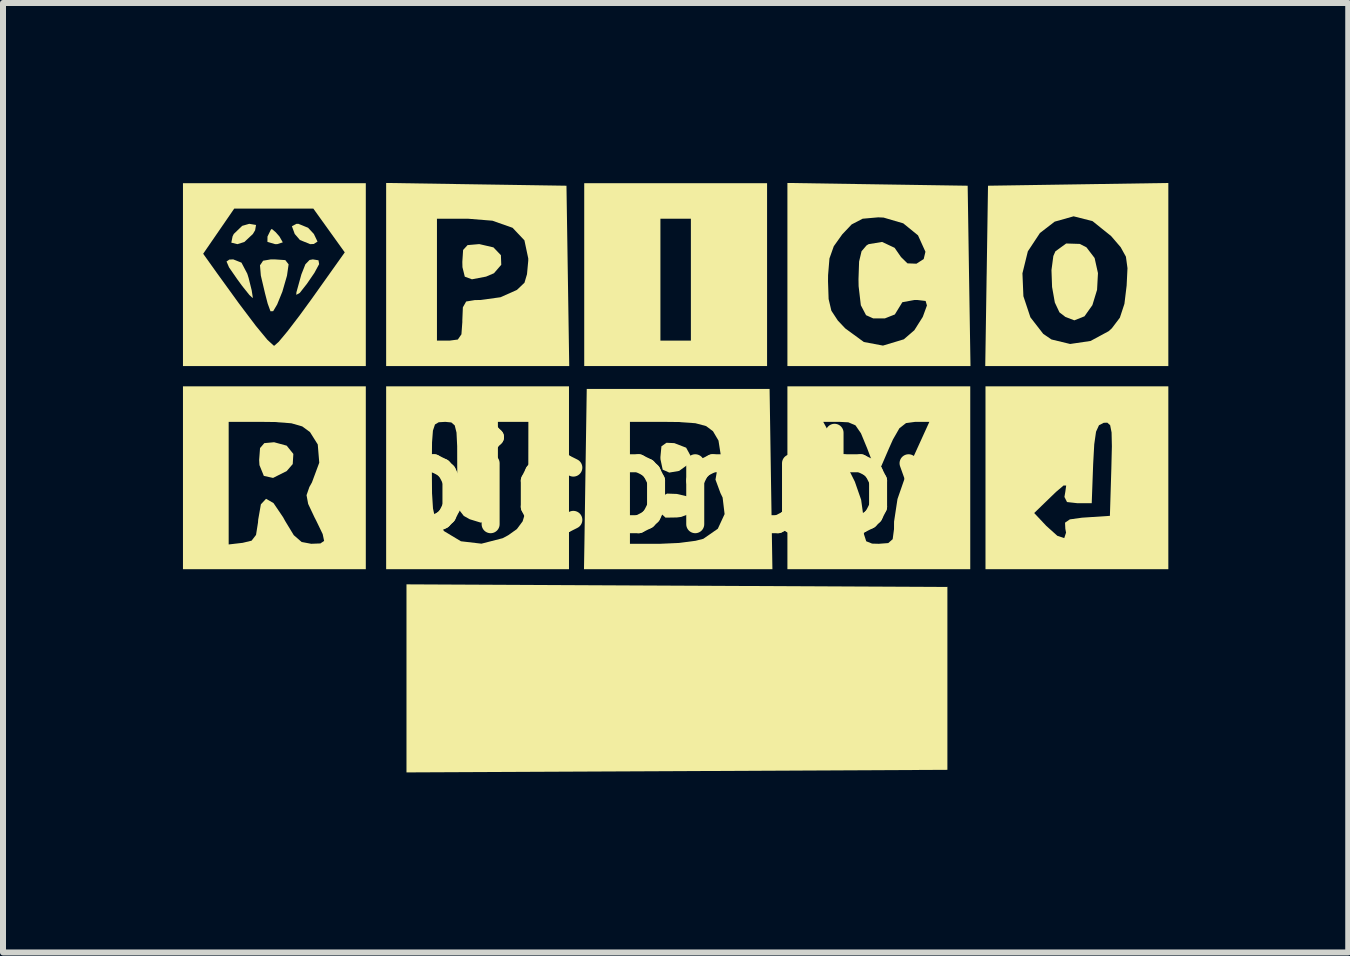
<source format=kicad_pcb>
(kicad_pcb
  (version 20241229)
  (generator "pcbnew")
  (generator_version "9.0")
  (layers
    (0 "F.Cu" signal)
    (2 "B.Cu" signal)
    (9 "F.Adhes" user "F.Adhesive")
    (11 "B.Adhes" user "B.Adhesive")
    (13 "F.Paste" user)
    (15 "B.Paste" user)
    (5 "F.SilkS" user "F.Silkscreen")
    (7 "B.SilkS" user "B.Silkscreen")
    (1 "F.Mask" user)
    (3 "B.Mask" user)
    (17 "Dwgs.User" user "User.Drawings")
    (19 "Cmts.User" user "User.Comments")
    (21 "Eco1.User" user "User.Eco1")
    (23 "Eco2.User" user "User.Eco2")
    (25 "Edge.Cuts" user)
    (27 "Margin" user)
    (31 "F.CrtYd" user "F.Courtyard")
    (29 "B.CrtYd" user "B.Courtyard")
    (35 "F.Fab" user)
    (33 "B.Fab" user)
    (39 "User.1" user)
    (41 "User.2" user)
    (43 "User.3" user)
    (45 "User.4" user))
  (footprint "picoruby"
    (layer "F.Cu")
    (at 8.213 4.999)
    (property "Reference" "picoruby" (at 0 0 0) (layer "F.SilkS") (effects (font (size 1.524 1.524) (thickness 0.3))))
    (attr board_only exclude_from_pos_files exclude_from_bom)
    (fp_poly (pts (xy 0.021 1.714) (xy 4.53 1.736) (xy 4.53 4.784) (xy 0.021 4.806) (xy -4.487 4.827) (xy -4.487 1.692)) (stroke (width 0) (type solid)) (fill yes) (layer "F.SilkS"))
    (fp_poly (pts (xy -6.667 -4.178) (xy -6.604 -4.106) (xy -6.549 -4.009) (xy -6.638 -3.98) (xy -6.676 -3.979) (xy -6.805 -4.017) (xy -6.804 -4.106) (xy -6.749 -4.218) (xy -6.732 -4.233)) (stroke (width 0) (type solid)) (fill yes) (layer "F.SilkS"))
    (fp_poly (pts (xy -6.995 -4.299) (xy -7.01 -4.211) (xy -7.047 -4.149) (xy -7.19 -4.015) (xy -7.305 -3.979) (xy -7.407 -4.004) (xy -7.386 -4.109) (xy -7.366 -4.149) (xy -7.226 -4.284) (xy -7.108 -4.318)) (stroke (width 0) (type solid)) (fill yes) (layer "F.SilkS"))
    (fp_poly (pts (xy -6.127 -4.252) (xy -6.031 -4.149) (xy -5.97 -4.022) (xy -6.032 -3.982) (xy -6.092 -3.979) (xy -6.263 -4.048) (xy -6.35 -4.149) (xy -6.397 -4.278) (xy -6.324 -4.317) (xy -6.289 -4.318)) (stroke (width 0) (type solid)) (fill yes) (layer "F.SilkS"))
    (fp_poly (pts (xy -6.484 -0.62) (xy -6.373 -0.482) (xy -6.383 -0.313) (xy -6.483 -0.197) (xy -6.711 -0.082) (xy -6.865 -0.116) (xy -6.938 -0.296) (xy -6.943 -0.381) (xy -6.928 -0.58) (xy -6.857 -0.662) (xy -6.694 -0.677)) (stroke (width 0) (type solid)) (fill yes) (layer "F.SilkS"))
    (fp_poly (pts (xy -5.954 -3.71) (xy -5.943 -3.646) (xy -6.022 -3.5) (xy -6.146 -3.319) (xy -6.266 -3.166) (xy -6.324 -3.134) (xy -6.322 -3.175) (xy -6.239 -3.475) (xy -6.172 -3.644) (xy -6.103 -3.715) (xy -6.048 -3.725)) (stroke (width 0) (type solid)) (fill yes) (layer "F.SilkS"))
    (fp_poly (pts (xy -0.022 -0.662) (xy 0.175 -0.586) (xy 0.248 -0.452) (xy 0.207 -0.307) (xy 0.058 -0.199) (xy -0.106 -0.171) (xy -0.216 -0.22) (xy -0.253 -0.393) (xy -0.254 -0.429) (xy -0.237 -0.609) (xy -0.153 -0.668)) (stroke (width 0) (type solid)) (fill yes) (layer "F.SilkS"))
    (fp_poly (pts (xy 1.524 -1.947) (xy -1.524 -1.947) (xy -1.524 -2.371) (xy -0.254 -2.371) (xy 0.254 -2.371) (xy 0.254 -4.403) (xy -0.254 -4.403) (xy -0.254 -2.371) (xy -1.524 -2.371) (xy -1.524 -4.995) (xy 1.524 -4.995)) (stroke (width 0) (type solid)) (fill yes) (layer "F.SilkS"))
    (fp_poly (pts (xy 0.021 0.185) (xy 0.22 0.232) (xy 0.293 0.337) (xy 0.296 0.381) (xy 0.252 0.508) (xy 0.092 0.568) (xy 0.021 0.577) (xy -0.168 0.58) (xy -0.242 0.513) (xy -0.254 0.381) (xy -0.235 0.23) (xy -0.143 0.179)) (stroke (width 0) (type solid)) (fill yes) (layer "F.SilkS"))
    (fp_poly (pts (xy -7.238 -3.671) (xy -7.141 -3.487) (xy -7.118 -3.413) (xy -7.067 -3.208) (xy -7.049 -3.09) (xy -7.051 -3.081) (xy -7.106 -3.132) (xy -7.226 -3.282) (xy -7.308 -3.394) (xy -7.445 -3.592) (xy -7.487 -3.69) (xy -7.44 -3.722) (xy -7.375 -3.725)) (stroke (width 0) (type solid)) (fill yes) (layer "F.SilkS"))
    (fp_poly (pts (xy -3.037 -3.925) (xy -2.913 -3.795) (xy -2.907 -3.635) (xy -3.029 -3.494) (xy -3.16 -3.438) (xy -3.396 -3.393) (xy -3.515 -3.437) (xy -3.554 -3.595) (xy -3.556 -3.683) (xy -3.543 -3.882) (xy -3.469 -3.963) (xy -3.285 -3.979) (xy -3.269 -3.979)) (stroke (width 0) (type solid)) (fill yes) (layer "F.SilkS"))
    (fp_poly (pts (xy -6.507 -3.713) (xy -6.452 -3.642) (xy -6.478 -3.46) (xy -6.48 -3.45) (xy -6.556 -3.187) (xy -6.643 -2.973) (xy -6.709 -2.862) (xy -6.754 -2.86) (xy -6.801 -2.989) (xy -6.845 -3.159) (xy -6.915 -3.456) (xy -6.929 -3.626) (xy -6.877 -3.703) (xy -6.749 -3.725) (xy -6.682 -3.725)) (stroke (width 0) (type solid)) (fill yes) (layer "F.SilkS"))
    (fp_poly (pts (xy 6.737 -3.983) (xy 6.848 -3.926) (xy 6.984 -3.748) (xy 7.04 -3.496) (xy 7.025 -3.218) (xy 6.947 -2.962) (xy 6.815 -2.776) (xy 6.646 -2.709) (xy 6.498 -2.765) (xy 6.398 -2.842) (xy 6.321 -3.006) (xy 6.275 -3.265) (xy 6.265 -3.547) (xy 6.296 -3.781) (xy 6.33 -3.859) (xy 6.51 -3.99)) (stroke (width 0) (type solid)) (fill yes) (layer "F.SilkS"))
    (fp_poly (pts (xy -5.165 -1.947) (xy -8.213 -1.947) (xy -8.213 -3.819) (xy -7.876 -3.819) (xy -7.642 -3.491) (xy -7.275 -2.984) (xy -6.997 -2.616) (xy -6.807 -2.386) (xy -6.702 -2.289) (xy -6.69 -2.286) (xy -6.617 -2.351) (xy -6.47 -2.527) (xy -6.271 -2.787) (xy -6.069 -3.064) (xy -5.516 -3.842) (xy -5.778 -4.207) (xy -6.04 -4.572) (xy -7.358 -4.572) (xy -7.876 -3.819) (xy -8.213 -3.819) (xy -8.213 -4.995) (xy -5.165 -4.995)) (stroke (width 0) (type solid)) (fill yes) (layer "F.SilkS"))
    (fp_poly (pts (xy 1.589 -0.064) (xy 1.613 1.439) (xy -1.528 1.439) (xy -1.521 1.016) (xy -0.762 1.016) (xy -0.26 1.016) (xy 0.055 1.002) (xy 0.332 0.966) (xy 0.461 0.933) (xy 0.703 0.765) (xy 0.816 0.521) (xy 0.783 0.245) (xy 0.747 0.171) (xy 0.664 -0.054) (xy 0.686 -0.18) (xy 0.757 -0.431) (xy 0.714 -0.705) (xy 0.622 -0.861) (xy 0.508 -0.946) (xy 0.329 -0.994) (xy 0.045 -1.014) (xy -0.14 -1.016) (xy -0.762 -1.016) (xy -0.762 1.016) (xy -1.521 1.016) (xy -1.505 -0.064) (xy -1.482 -1.566) (xy 1.566 -1.566)) (stroke (width 0) (type solid)) (fill yes) (layer "F.SilkS"))
    (fp_poly (pts (xy -3.323 -4.976) (xy -1.82 -4.953) (xy -1.797 -3.45) (xy -1.774 -1.947) (xy -4.826 -1.947) (xy -4.826 -2.371) (xy -3.979 -2.371) (xy -3.768 -2.371) (xy -3.631 -2.389) (xy -3.571 -2.476) (xy -3.556 -2.68) (xy -3.556 -2.709) (xy -3.547 -2.926) (xy -3.492 -3.023) (xy -3.346 -3.047) (xy -3.254 -3.048) (xy -2.92 -3.094) (xy -2.646 -3.216) (xy -2.52 -3.336) (xy -2.478 -3.478) (xy -2.457 -3.704) (xy -2.457 -3.741) (xy -2.521 -4.043) (xy -2.719 -4.252) (xy -3.055 -4.37) (xy -3.463 -4.403) (xy -3.979 -4.403) (xy -3.979 -2.371) (xy -4.826 -2.371) (xy -4.826 -4.999)) (stroke (width 0) (type solid)) (fill yes) (layer "F.SilkS"))
    (fp_poly (pts (xy 8.213 -1.947) (xy 5.161 -1.947) (xy 5.184 -3.45) (xy 5.185 -3.493) (xy 5.781 -3.493) (xy 5.797 -3.111) (xy 5.914 -2.759) (xy 6.128 -2.483) (xy 6.265 -2.39) (xy 6.576 -2.315) (xy 6.916 -2.365) (xy 7.218 -2.528) (xy 7.271 -2.576) (xy 7.405 -2.753) (xy 7.481 -2.984) (xy 7.518 -3.289) (xy 7.532 -3.579) (xy 7.506 -3.77) (xy 7.418 -3.929) (xy 7.259 -4.114) (xy 6.949 -4.363) (xy 6.634 -4.443) (xy 6.318 -4.354) (xy 6.073 -4.165) (xy 5.871 -3.859) (xy 5.781 -3.493) (xy 5.185 -3.493) (xy 5.207 -4.953) (xy 6.71 -4.976) (xy 8.213 -4.999)) (stroke (width 0) (type solid)) (fill yes) (layer "F.SilkS"))
    (fp_poly (pts (xy 4.911 1.439) (xy 1.863 1.439) (xy 1.863 -1.016) (xy 2.461 -1.016) (xy 2.796 -0.402) (xy 2.987 -0.02) (xy 3.092 0.282) (xy 3.13 0.559) (xy 3.131 0.614) (xy 3.139 0.856) (xy 3.177 0.974) (xy 3.275 1.013) (xy 3.387 1.016) (xy 3.544 1.004) (xy 3.618 0.939) (xy 3.64 0.772) (xy 3.641 0.646) (xy 3.698 0.27) (xy 3.865 -0.212) (xy 3.935 -0.37) (xy 4.229 -1.016) (xy 3.988 -1.016) (xy 3.84 -0.996) (xy 3.73 -0.91) (xy 3.622 -0.722) (xy 3.555 -0.572) (xy 3.363 -0.127) (xy 3.194 -0.572) (xy 3.089 -0.826) (xy 2.997 -0.959) (xy 2.879 -1.009) (xy 2.743 -1.016) (xy 2.461 -1.016) (xy 1.863 -1.016) (xy 1.863 -1.609) (xy 4.911 -1.609)) (stroke (width 0) (type solid)) (fill yes) (layer "F.SilkS"))
    (fp_poly (pts (xy 8.213 1.439) (xy 5.165 1.439) (xy 5.165 0.503) (xy 5.977 0.503) (xy 6.178 0.717) (xy 6.363 0.883) (xy 6.478 0.921) (xy 6.508 0.83) (xy 6.496 0.766) (xy 6.491 0.664) (xy 6.571 0.609) (xy 6.773 0.581) (xy 6.846 0.576) (xy 7.239 0.55) (xy 7.263 -0.24) (xy 7.272 -0.609) (xy 7.267 -0.839) (xy 7.243 -0.961) (xy 7.196 -1.003) (xy 7.136 -1.001) (xy 7.057 -0.96) (xy 7.008 -0.853) (xy 6.978 -0.643) (xy 6.96 -0.317) (xy 6.936 0.339) (xy 6.693 0.339) (xy 6.524 0.32) (xy 6.481 0.235) (xy 6.496 0.148) (xy 6.51 0.045) (xy 6.467 0.044) (xy 6.341 0.151) (xy 6.259 0.23) (xy 5.977 0.503) (xy 5.165 0.503) (xy 5.165 -1.609) (xy 8.213 -1.609)) (stroke (width 0) (type solid)) (fill yes) (layer "F.SilkS"))
    (fp_poly (pts (xy -5.165 1.439) (xy -8.213 1.439) (xy -8.213 1.027) (xy -7.451 1.027) (xy -7.218 1) (xy -7.069 0.964) (xy -6.995 0.868) (xy -6.962 0.66) (xy -6.959 0.614) (xy -6.914 0.358) (xy -6.828 0.266) (xy -6.704 0.337) (xy -6.544 0.573) (xy -6.51 0.635) (xy -6.366 0.872) (xy -6.235 0.986) (xy -6.075 1.016) (xy -5.922 1.01) (xy -5.86 0.968) (xy -5.884 0.854) (xy -5.991 0.632) (xy -6.021 0.574) (xy -6.126 0.351) (xy -6.153 0.206) (xy -6.106 0.07) (xy -6.063 -0.007) (xy -5.941 -0.336) (xy -5.966 -0.64) (xy -6.096 -0.847) (xy -6.225 -0.941) (xy -6.406 -0.993) (xy -6.686 -1.014) (xy -6.858 -1.016) (xy -7.451 -1.016) (xy -7.451 1.027) (xy -8.213 1.027) (xy -8.213 -1.609) (xy -5.165 -1.609)) (stroke (width 0) (type solid)) (fill yes) (layer "F.SilkS"))
    (fp_poly (pts (xy -1.778 1.439) (xy -4.826 1.439) (xy -4.826 -0.208) (xy -4.064 -0.208) (xy -4.061 0.174) (xy -4.045 0.428) (xy -4.008 0.594) (xy -3.942 0.713) (xy -3.856 0.808) (xy -3.579 0.974) (xy -3.237 1.014) (xy -2.884 0.923) (xy -2.792 0.874) (xy -2.647 0.771) (xy -2.551 0.642) (xy -2.493 0.452) (xy -2.465 0.168) (xy -2.457 -0.247) (xy -2.456 -0.318) (xy -2.455 -1.016) (xy -2.963 -1.016) (xy -2.963 -0.264) (xy -2.977 0.178) (xy -3.023 0.469) (xy -3.111 0.625) (xy -3.25 0.663) (xy -3.432 0.607) (xy -3.531 0.552) (xy -3.592 0.474) (xy -3.625 0.334) (xy -3.638 0.098) (xy -3.641 -0.252) (xy -3.642 -0.613) (xy -3.653 -0.838) (xy -3.683 -0.958) (xy -3.74 -1.007) (xy -3.833 -1.016) (xy -3.852 -1.016) (xy -3.95 -1.01) (xy -4.012 -0.973) (xy -4.046 -0.871) (xy -4.061 -0.674) (xy -4.064 -0.35) (xy -4.064 -0.208) (xy -4.826 -0.208) (xy -4.826 -1.609) (xy -1.778 -1.609)) (stroke (width 0) (type solid)) (fill yes) (layer "F.SilkS"))
    (fp_poly (pts (xy 3.365 -4.976) (xy 4.868 -4.953) (xy 4.891 -3.45) (xy 4.915 -1.947) (xy 1.863 -1.947) (xy 1.863 -3.36) (xy 2.54 -3.36) (xy 2.55 -3.064) (xy 2.596 -2.869) (xy 2.704 -2.705) (xy 2.828 -2.574) (xy 3.137 -2.348) (xy 3.456 -2.288) (xy 3.801 -2.392) (xy 3.804 -2.393) (xy 3.979 -2.544) (xy 4.118 -2.764) (xy 4.122 -2.773) (xy 4.189 -2.957) (xy 4.167 -3.032) (xy 4.031 -3.048) (xy 3.98 -3.048) (xy 3.779 -3.011) (xy 3.725 -2.923) (xy 3.654 -2.807) (xy 3.487 -2.741) (xy 3.294 -2.741) (xy 3.174 -2.795) (xy 3.087 -2.961) (xy 3.05 -3.278) (xy 3.048 -3.394) (xy 3.058 -3.689) (xy 3.099 -3.861) (xy 3.182 -3.958) (xy 3.217 -3.979) (xy 3.442 -4.016) (xy 3.65 -3.918) (xy 3.757 -3.764) (xy 3.864 -3.659) (xy 4.014 -3.653) (xy 4.135 -3.731) (xy 4.164 -3.852) (xy 4.04 -4.126) (xy 3.794 -4.326) (xy 3.466 -4.422) (xy 3.377 -4.426) (xy 3.117 -4.403) (xy 2.934 -4.308) (xy 2.777 -4.142) (xy 2.636 -3.944) (xy 2.564 -3.741) (xy 2.541 -3.462) (xy 2.54 -3.36) (xy 1.863 -3.36) (xy 1.863 -4.999)) (stroke (width 0) (type solid)) (fill yes) (layer "F.SilkS")))
  (gr_rect
    (start -3 -3)
    (end 19.425 12.827)
    (stroke (width 0.1) (type default))
    (fill no)
    (layer "Edge.Cuts")))
</source>
